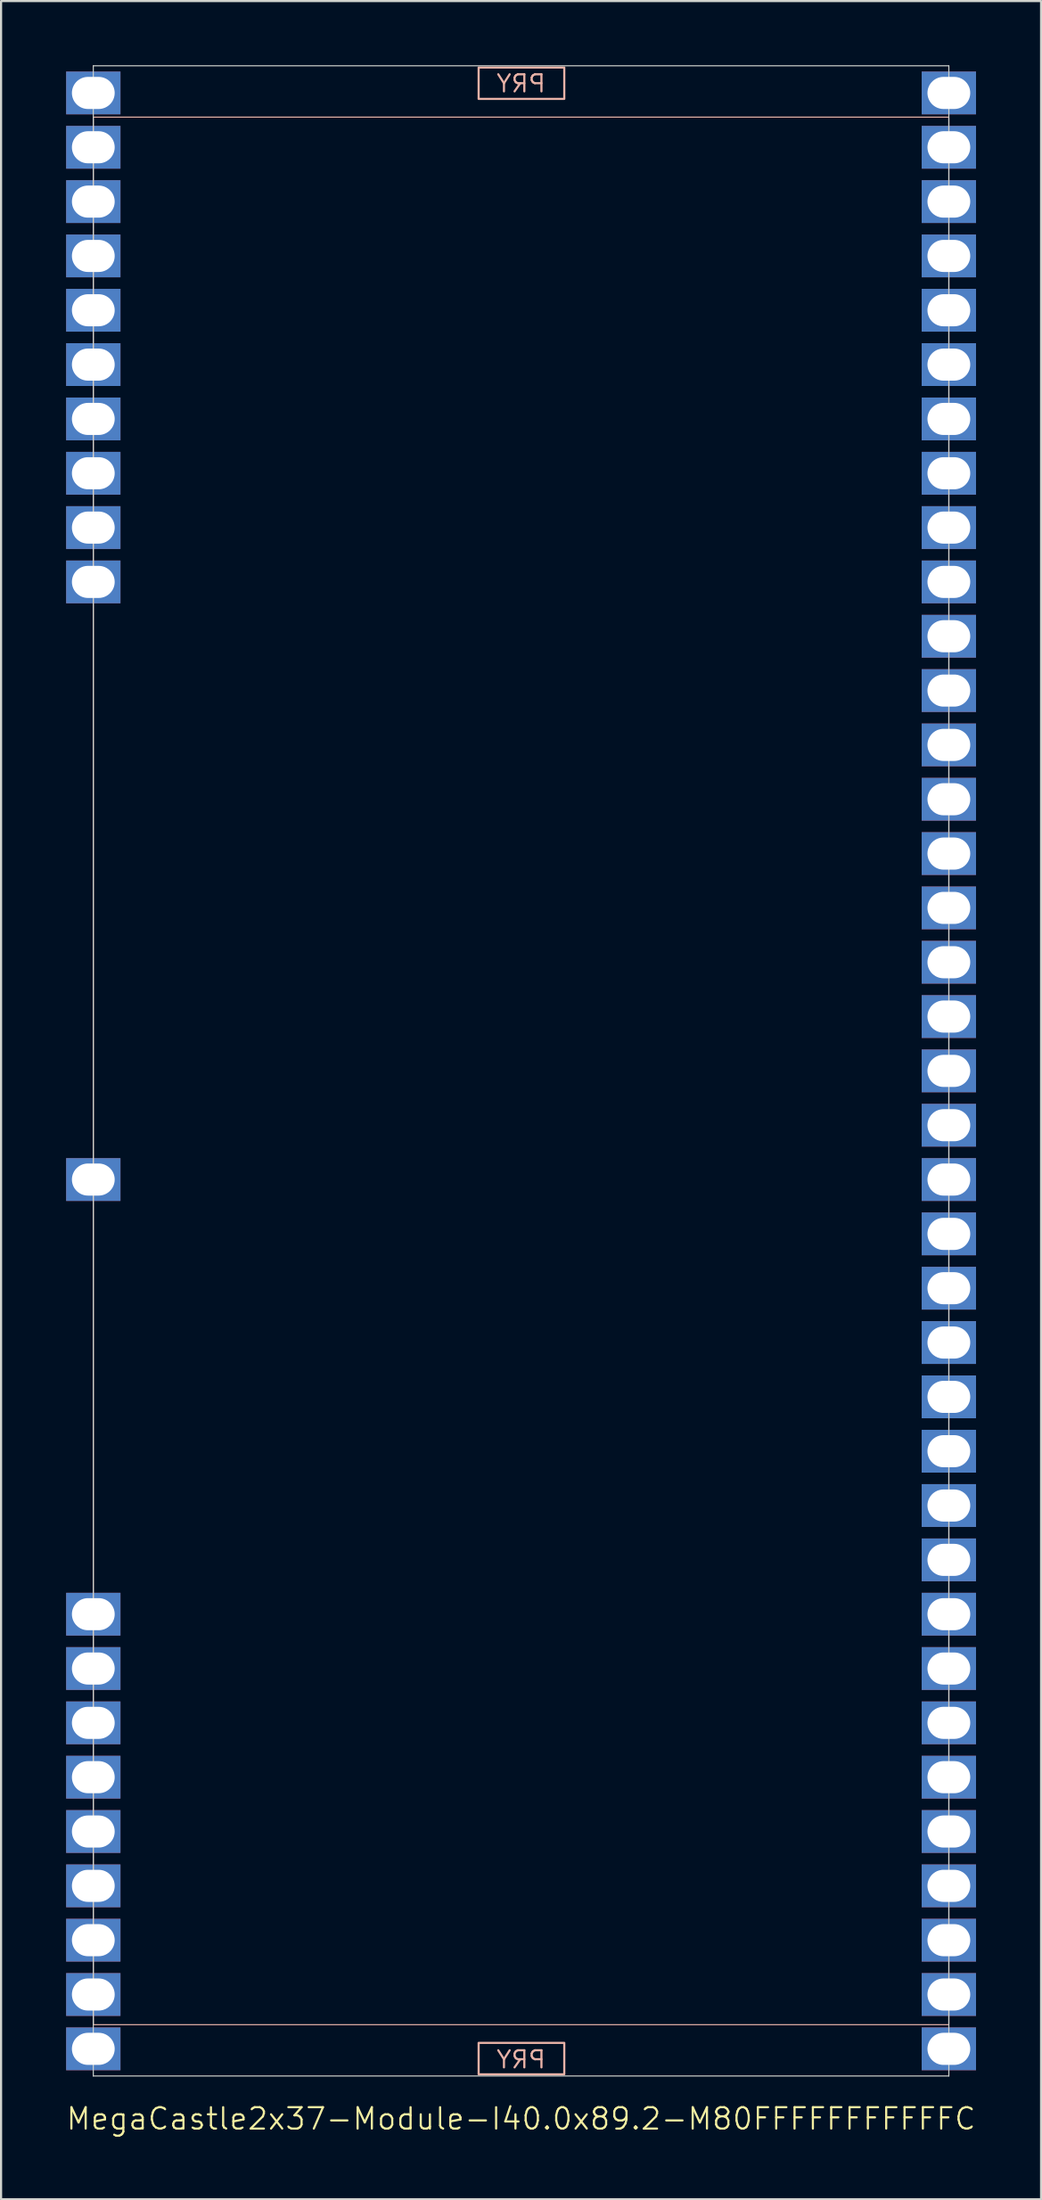
<source format=kicad_pcb>
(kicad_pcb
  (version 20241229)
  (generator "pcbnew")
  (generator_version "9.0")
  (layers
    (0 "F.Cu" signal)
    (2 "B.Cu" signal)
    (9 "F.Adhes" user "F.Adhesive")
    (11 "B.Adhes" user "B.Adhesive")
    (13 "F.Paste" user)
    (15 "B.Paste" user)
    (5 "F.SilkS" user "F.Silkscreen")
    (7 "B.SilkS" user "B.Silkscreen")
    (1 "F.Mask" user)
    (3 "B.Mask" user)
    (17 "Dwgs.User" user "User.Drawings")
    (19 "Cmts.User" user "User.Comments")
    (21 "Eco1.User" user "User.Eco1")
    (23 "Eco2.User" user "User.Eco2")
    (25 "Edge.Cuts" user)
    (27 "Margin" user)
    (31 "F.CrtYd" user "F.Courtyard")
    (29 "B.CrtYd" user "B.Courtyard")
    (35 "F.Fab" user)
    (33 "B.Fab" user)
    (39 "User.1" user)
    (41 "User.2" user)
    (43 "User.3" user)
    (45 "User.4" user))
  (footprint "MegaCastle2x37-Module-I40.0x89.2-M80FFFFFFFFFFFC"
    (layer "F.Cu")
    (at 21.312 47.015)
    (property "Reference" "MegaCastle2x37-Module-I40.0x89.2-M80FFFFFFFFFFFC" (at 0 48.99 0) (unlocked yes) (layer "F.SilkS") (effects (font (size 1 1) (thickness 0.1))))
    (attr smd)
    (fp_rect (start -20 44.59) (end 20 -44.59) (stroke (width 0.05) (type default)) (fill no) (layer "B.SilkS"))
    (fp_rect (start -1.984 -45.441) (end 2.02 -46.91) (stroke (width 0.1) (type default)) (fill no) (layer "B.SilkS"))
    (fp_rect (start -1.984 45.441) (end 2.02 46.91) (stroke (width 0.1) (type default)) (fill no) (layer "B.SilkS"))
    (fp_line (start -20 -46.99) (end -20 46.99) (stroke (width 0.05) (type default)) (layer "Edge.Cuts"))
    (fp_line (start -20 -46.99) (end 20 -46.99) (stroke (width 0.05) (type default)) (layer "Edge.Cuts"))
    (fp_line (start -20 46.99) (end 20 46.99) (stroke (width 0.05) (type default)) (layer "Edge.Cuts"))
    (fp_line (start 20 -46.99) (end 20 46.99) (stroke (width 0.05) (type default)) (layer "Edge.Cuts"))
    (fp_text user "PRY" (at 0 46.69 0) (unlocked yes) (layer "B.SilkS") (effects (font (size 0.8 0.8) (thickness 0.1)) (justify bottom mirror)))
    (fp_text user "PRY" (at 0 -45.69 0) (unlocked yes) (layer "B.SilkS") (effects (font (size 0.8 0.8) (thickness 0.1)) (justify bottom mirror)))
    (pad "1" thru_hole rect (at -20 -45.72) (size 2.54 2) (drill oval 2 1.5) (property pad_prop_castellated) (layers "*.Cu" "*.Mask"))
    (pad "2" thru_hole rect (at -20 -43.18) (size 2.54 2) (drill oval 2 1.5) (property pad_prop_castellated) (layers "*.Cu" "*.Mask"))
    (pad "3" thru_hole rect (at -20 -40.64) (size 2.54 2) (drill oval 2 1.5) (property pad_prop_castellated) (layers "*.Cu" "*.Mask"))
    (pad "4" thru_hole rect (at -20 -38.1) (size 2.54 2) (drill oval 2 1.5) (property pad_prop_castellated) (layers "*.Cu" "*.Mask"))
    (pad "5" thru_hole rect (at -20 -35.56) (size 2.54 2) (drill oval 2 1.5) (property pad_prop_castellated) (layers "*.Cu" "*.Mask"))
    (pad "6" thru_hole rect (at -20 -33.02) (size 2.54 2) (drill oval 2 1.5) (property pad_prop_castellated) (layers "*.Cu" "*.Mask"))
    (pad "7" thru_hole rect (at -20 -30.48) (size 2.54 2) (drill oval 2 1.5) (property pad_prop_castellated) (layers "*.Cu" "*.Mask"))
    (pad "8" thru_hole rect (at -20 -27.94) (size 2.54 2) (drill oval 2 1.5) (property pad_prop_castellated) (layers "*.Cu" "*.Mask"))
    (pad "9" thru_hole rect (at -20 -25.4) (size 2.54 2) (drill oval 2 1.5) (property pad_prop_castellated) (layers "*.Cu" "*.Mask"))
    (pad "10" thru_hole rect (at -20 -22.86) (size 2.54 2) (drill oval 2 1.5) (property pad_prop_castellated) (layers "*.Cu" "*.Mask"))
    (pad "21" thru_hole rect (at -20 5.08) (size 2.54 2) (drill oval 2 1.5) (property pad_prop_castellated) (layers "*.Cu" "*.Mask"))
    (pad "29" thru_hole rect (at -20 25.4) (size 2.54 2) (drill oval 2 1.5) (property pad_prop_castellated) (layers "*.Cu" "*.Mask"))
    (pad "30" thru_hole rect (at -20 27.94) (size 2.54 2) (drill oval 2 1.5) (property pad_prop_castellated) (layers "*.Cu" "*.Mask"))
    (pad "31" thru_hole rect (at -20 30.48) (size 2.54 2) (drill oval 2 1.5) (property pad_prop_castellated) (layers "*.Cu" "*.Mask"))
    (pad "32" thru_hole rect (at -20 33.02) (size 2.54 2) (drill oval 2 1.5) (property pad_prop_castellated) (layers "*.Cu" "*.Mask"))
    (pad "33" thru_hole rect (at -20 35.56) (size 2.54 2) (drill oval 2 1.5) (property pad_prop_castellated) (layers "*.Cu" "*.Mask"))
    (pad "34" thru_hole rect (at -20 38.1) (size 2.54 2) (drill oval 2 1.5) (property pad_prop_castellated) (layers "*.Cu" "*.Mask"))
    (pad "35" thru_hole rect (at -20 40.64) (size 2.54 2) (drill oval 2 1.5) (property pad_prop_castellated) (layers "*.Cu" "*.Mask"))
    (pad "36" thru_hole rect (at -20 43.18) (size 2.54 2) (drill oval 2 1.5) (property pad_prop_castellated) (layers "*.Cu" "*.Mask"))
    (pad "37" thru_hole rect (at -20 45.72) (size 2.54 2) (drill oval 2 1.5) (property pad_prop_castellated) (layers "*.Cu" "*.Mask"))
    (pad "38" thru_hole rect (at 20 -45.72) (size 2.54 2) (drill oval 2 1.5) (property pad_prop_castellated) (layers "*.Cu" "*.Mask"))
    (pad "39" thru_hole rect (at 20 -43.18) (size 2.54 2) (drill oval 2 1.5) (property pad_prop_castellated) (layers "*.Cu" "*.Mask"))
    (pad "40" thru_hole rect (at 20 -40.64) (size 2.54 2) (drill oval 2 1.5) (property pad_prop_castellated) (layers "*.Cu" "*.Mask"))
    (pad "41" thru_hole rect (at 20 -38.1) (size 2.54 2) (drill oval 2 1.5) (property pad_prop_castellated) (layers "*.Cu" "*.Mask"))
    (pad "42" thru_hole rect (at 20 -35.56) (size 2.54 2) (drill oval 2 1.5) (property pad_prop_castellated) (layers "*.Cu" "*.Mask"))
    (pad "43" thru_hole rect (at 20 -33.02) (size 2.54 2) (drill oval 2 1.5) (property pad_prop_castellated) (layers "*.Cu" "*.Mask"))
    (pad "44" thru_hole rect (at 20 -30.48) (size 2.54 2) (drill oval 2 1.5) (property pad_prop_castellated) (layers "*.Cu" "*.Mask"))
    (pad "45" thru_hole rect (at 20 -27.94) (size 2.54 2) (drill oval 2 1.5) (property pad_prop_castellated) (layers "*.Cu" "*.Mask"))
    (pad "46" thru_hole rect (at 20 -25.4) (size 2.54 2) (drill oval 2 1.5) (property pad_prop_castellated) (layers "*.Cu" "*.Mask"))
    (pad "47" thru_hole rect (at 20 -22.86) (size 2.54 2) (drill oval 2 1.5) (property pad_prop_castellated) (layers "*.Cu" "*.Mask"))
    (pad "48" thru_hole rect (at 20 -20.32) (size 2.54 2) (drill oval 2 1.5) (property pad_prop_castellated) (layers "*.Cu" "*.Mask"))
    (pad "49" thru_hole rect (at 20 -17.78) (size 2.54 2) (drill oval 2 1.5) (property pad_prop_castellated) (layers "*.Cu" "*.Mask"))
    (pad "50" thru_hole rect (at 20 -15.24) (size 2.54 2) (drill oval 2 1.5) (property pad_prop_castellated) (layers "*.Cu" "*.Mask"))
    (pad "51" thru_hole rect (at 20 -12.7) (size 2.54 2) (drill oval 2 1.5) (property pad_prop_castellated) (layers "*.Cu" "*.Mask"))
    (pad "52" thru_hole rect (at 20 -10.16) (size 2.54 2) (drill oval 2 1.5) (property pad_prop_castellated) (layers "*.Cu" "*.Mask"))
    (pad "53" thru_hole rect (at 20 -7.62) (size 2.54 2) (drill oval 2 1.5) (property pad_prop_castellated) (layers "*.Cu" "*.Mask"))
    (pad "54" thru_hole rect (at 20 -5.08) (size 2.54 2) (drill oval 2 1.5) (property pad_prop_castellated) (layers "*.Cu" "*.Mask"))
    (pad "55" thru_hole rect (at 20 -2.54) (size 2.54 2) (drill oval 2 1.5) (property pad_prop_castellated) (layers "*.Cu" "*.Mask"))
    (pad "56" thru_hole rect (at 20 0) (size 2.54 2) (drill oval 2 1.5) (property pad_prop_castellated) (layers "*.Cu" "*.Mask"))
    (pad "57" thru_hole rect (at 20 2.54) (size 2.54 2) (drill oval 2 1.5) (property pad_prop_castellated) (layers "*.Cu" "*.Mask"))
    (pad "58" thru_hole rect (at 20 5.08) (size 2.54 2) (drill oval 2 1.5) (property pad_prop_castellated) (layers "*.Cu" "*.Mask"))
    (pad "59" thru_hole rect (at 20 7.62) (size 2.54 2) (drill oval 2 1.5) (property pad_prop_castellated) (layers "*.Cu" "*.Mask"))
    (pad "60" thru_hole rect (at 20 10.16) (size 2.54 2) (drill oval 2 1.5) (property pad_prop_castellated) (layers "*.Cu" "*.Mask"))
    (pad "61" thru_hole rect (at 20 12.7) (size 2.54 2) (drill oval 2 1.5) (property pad_prop_castellated) (layers "*.Cu" "*.Mask"))
    (pad "62" thru_hole rect (at 20 15.24) (size 2.54 2) (drill oval 2 1.5) (property pad_prop_castellated) (layers "*.Cu" "*.Mask"))
    (pad "63" thru_hole rect (at 20 17.78) (size 2.54 2) (drill oval 2 1.5) (property pad_prop_castellated) (layers "*.Cu" "*.Mask"))
    (pad "64" thru_hole rect (at 20 20.32) (size 2.54 2) (drill oval 2 1.5) (property pad_prop_castellated) (layers "*.Cu" "*.Mask"))
    (pad "65" thru_hole rect (at 20 22.86) (size 2.54 2) (drill oval 2 1.5) (property pad_prop_castellated) (layers "*.Cu" "*.Mask"))
    (pad "66" thru_hole rect (at 20 25.4) (size 2.54 2) (drill oval 2 1.5) (property pad_prop_castellated) (layers "*.Cu" "*.Mask"))
    (pad "67" thru_hole rect (at 20 27.94) (size 2.54 2) (drill oval 2 1.5) (property pad_prop_castellated) (layers "*.Cu" "*.Mask"))
    (pad "68" thru_hole rect (at 20 30.48) (size 2.54 2) (drill oval 2 1.5) (property pad_prop_castellated) (layers "*.Cu" "*.Mask"))
    (pad "69" thru_hole rect (at 20 33.02) (size 2.54 2) (drill oval 2 1.5) (property pad_prop_castellated) (layers "*.Cu" "*.Mask"))
    (pad "70" thru_hole rect (at 20 35.56) (size 2.54 2) (drill oval 2 1.5) (property pad_prop_castellated) (layers "*.Cu" "*.Mask"))
    (pad "71" thru_hole rect (at 20 38.1) (size 2.54 2) (drill oval 2 1.5) (property pad_prop_castellated) (layers "*.Cu" "*.Mask"))
    (pad "72" thru_hole rect (at 20 40.64) (size 2.54 2) (drill oval 2 1.5) (property pad_prop_castellated) (layers "*.Cu" "*.Mask"))
    (pad "73" thru_hole rect (at 20 43.18) (size 2.54 2) (drill oval 2 1.5) (property pad_prop_castellated) (layers "*.Cu" "*.Mask"))
    (pad "74" thru_hole rect (at 20 45.72) (size 2.54 2) (drill oval 2 1.5) (property pad_prop_castellated) (layers "*.Cu" "*.Mask"))
    (zone (net_name "") (layer "B.Cu") (hatch edge 0.5) (connect_pads) (min_thickness 0.25) (filled_areas_thickness no) (keepout (tracks allowed) (vias allowed) (pads allowed) (copperpour allowed) (footprints not_allowed)) (placement (enabled no)) (fill) (polygon (pts (xy 1.312 94.005) (xy 1.312 0.025))))
    (zone (net_name "") (layer "B.Cu") (hatch edge 0.5) (connect_pads) (min_thickness 0.25) (filled_areas_thickness no) (keepout (tracks allowed) (vias allowed) (pads allowed) (copperpour allowed) (footprints not_allowed)) (placement (enabled no)) (fill) (polygon (pts (xy 41.312 94.005) (xy 41.312 0.025))))
    (zone (net_name "") (layer "B.Cu") (hatch edge 0.5) (connect_pads) (min_thickness 0.25) (filled_areas_thickness no) (keepout (tracks allowed) (vias allowed) (pads allowed) (copperpour allowed) (footprints not_allowed)) (placement (enabled no)) (fill) (polygon (pts (xy 1.312 0.025) (xy 1.312 2.425) (xy 41.312 2.425) (xy 41.312 0.025))))
    (zone (net_name "") (layer "B.Cu") (hatch edge 0.5) (connect_pads) (min_thickness 0.25) (filled_areas_thickness no) (keepout (tracks allowed) (vias allowed) (pads allowed) (copperpour allowed) (footprints not_allowed)) (placement (enabled no)) (fill) (polygon (pts (xy 1.312 94.005) (xy 1.312 91.605) (xy 41.312 91.605) (xy 41.312 94.005))))
    (zone (net_name "") (layer "B.Cu") (name "Upper Pry Zone") (hatch edge 0.5) (connect_pads) (min_thickness 0.25) (filled_areas_thickness no) (keepout (tracks not_allowed) (vias not_allowed) (pads not_allowed) (copperpour allowed) (footprints not_allowed)) (placement (enabled no)) (fill) (polygon (pts (xy 19.328 1.574) (xy 19.328 0.105) (xy 23.331 0.105) (xy 23.331 1.574))))
    (zone (net_name "") (layer "B.Cu") (name "Upper Pry Zone") (hatch edge 0.5) (connect_pads) (min_thickness 0.25) (filled_areas_thickness no) (keepout (tracks not_allowed) (vias not_allowed) (pads not_allowed) (copperpour allowed) (footprints not_allowed)) (placement (enabled no)) (fill) (polygon (pts (xy 19.328 92.456) (xy 19.328 93.925) (xy 23.331 93.925) (xy 23.331 92.456)))))
  (gr_rect
    (start -3 -3)
    (end 45.624 99.766)
    (stroke (width 0.1) (type default))
    (fill no)
    (layer "Edge.Cuts")))
</source>
